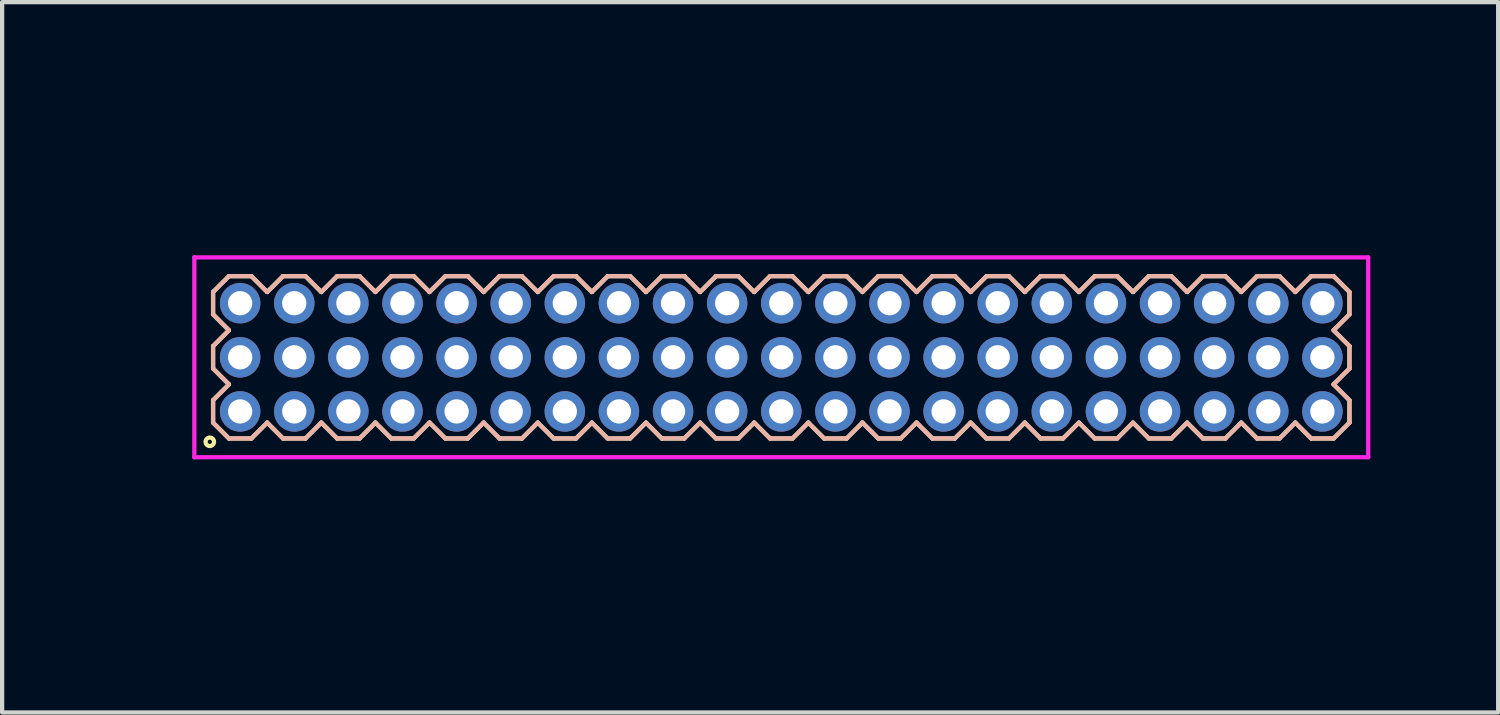
<source format=kicad_pcb>
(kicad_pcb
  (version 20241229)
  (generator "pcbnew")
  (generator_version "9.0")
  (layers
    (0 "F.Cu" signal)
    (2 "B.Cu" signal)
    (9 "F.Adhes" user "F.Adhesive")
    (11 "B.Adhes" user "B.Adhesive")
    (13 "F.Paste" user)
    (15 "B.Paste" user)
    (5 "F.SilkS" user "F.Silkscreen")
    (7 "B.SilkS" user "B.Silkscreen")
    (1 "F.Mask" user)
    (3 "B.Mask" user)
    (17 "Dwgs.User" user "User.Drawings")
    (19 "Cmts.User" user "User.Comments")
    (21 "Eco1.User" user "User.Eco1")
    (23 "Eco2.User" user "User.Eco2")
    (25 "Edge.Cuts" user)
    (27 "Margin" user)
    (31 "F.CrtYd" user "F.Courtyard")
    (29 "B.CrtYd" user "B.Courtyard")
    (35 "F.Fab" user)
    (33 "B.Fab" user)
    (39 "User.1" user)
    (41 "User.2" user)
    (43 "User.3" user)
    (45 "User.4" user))
  (footprint "HDR127P21x3"
    (layer "F.Cu")
    (at 15.286 5.336)
    (property "Reference" "HDR127P21x3" (at -14.525 0 90) (layer "User.1") (effects (font (size 1 1) (thickness 0.1))))
    (attr through_hole)
    (fp_line (start -13.335 -1.533) (end -12.963 -1.905) (stroke (width 0.1) (type solid)) (layer "F.SilkS"))
    (fp_line (start -13.335 -1.007) (end -13.335 -1.533) (stroke (width 0.1) (type solid)) (layer "F.SilkS"))
    (fp_line (start -13.335 -0.263) (end -12.963 -0.635) (stroke (width 0.1) (type solid)) (layer "F.SilkS"))
    (fp_line (start -13.335 0.263) (end -13.335 -0.263) (stroke (width 0.1) (type solid)) (layer "F.SilkS"))
    (fp_line (start -13.335 1.007) (end -12.963 0.635) (stroke (width 0.1) (type solid)) (layer "F.SilkS"))
    (fp_line (start -13.335 1.533) (end -13.335 1.007) (stroke (width 0.1) (type solid)) (layer "F.SilkS"))
    (fp_line (start -12.963 -1.905) (end -12.437 -1.905) (stroke (width 0.1) (type solid)) (layer "F.SilkS"))
    (fp_line (start -12.963 -0.635) (end -13.335 -1.007) (stroke (width 0.1) (type solid)) (layer "F.SilkS"))
    (fp_line (start -12.963 0.635) (end -13.335 0.263) (stroke (width 0.1) (type solid)) (layer "F.SilkS"))
    (fp_line (start -12.963 1.905) (end -13.335 1.533) (stroke (width 0.1) (type solid)) (layer "F.SilkS"))
    (fp_line (start -12.437 -1.905) (end -12.065 -1.533) (stroke (width 0.1) (type solid)) (layer "F.SilkS"))
    (fp_line (start -12.437 1.905) (end -12.963 1.905) (stroke (width 0.1) (type solid)) (layer "F.SilkS"))
    (fp_line (start -12.065 -1.533) (end -11.693 -1.905) (stroke (width 0.1) (type solid)) (layer "F.SilkS"))
    (fp_line (start -12.065 1.533) (end -12.437 1.905) (stroke (width 0.1) (type solid)) (layer "F.SilkS"))
    (fp_line (start -11.693 -1.905) (end -11.167 -1.905) (stroke (width 0.1) (type solid)) (layer "F.SilkS"))
    (fp_line (start -11.693 1.905) (end -12.065 1.533) (stroke (width 0.1) (type solid)) (layer "F.SilkS"))
    (fp_line (start -11.167 -1.905) (end -10.795 -1.533) (stroke (width 0.1) (type solid)) (layer "F.SilkS"))
    (fp_line (start -11.167 1.905) (end -11.693 1.905) (stroke (width 0.1) (type solid)) (layer "F.SilkS"))
    (fp_line (start -10.795 -1.533) (end -10.423 -1.905) (stroke (width 0.1) (type solid)) (layer "F.SilkS"))
    (fp_line (start -10.795 1.533) (end -11.167 1.905) (stroke (width 0.1) (type solid)) (layer "F.SilkS"))
    (fp_line (start -10.423 -1.905) (end -9.897 -1.905) (stroke (width 0.1) (type solid)) (layer "F.SilkS"))
    (fp_line (start -10.423 1.905) (end -10.795 1.533) (stroke (width 0.1) (type solid)) (layer "F.SilkS"))
    (fp_line (start -9.897 -1.905) (end -9.525 -1.533) (stroke (width 0.1) (type solid)) (layer "F.SilkS"))
    (fp_line (start -9.897 1.905) (end -10.423 1.905) (stroke (width 0.1) (type solid)) (layer "F.SilkS"))
    (fp_line (start -9.525 -1.533) (end -9.153 -1.905) (stroke (width 0.1) (type solid)) (layer "F.SilkS"))
    (fp_line (start -9.525 1.533) (end -9.897 1.905) (stroke (width 0.1) (type solid)) (layer "F.SilkS"))
    (fp_line (start -9.153 -1.905) (end -8.627 -1.905) (stroke (width 0.1) (type solid)) (layer "F.SilkS"))
    (fp_line (start -9.153 1.905) (end -9.525 1.533) (stroke (width 0.1) (type solid)) (layer "F.SilkS"))
    (fp_line (start -8.627 -1.905) (end -8.255 -1.533) (stroke (width 0.1) (type solid)) (layer "F.SilkS"))
    (fp_line (start -8.627 1.905) (end -9.153 1.905) (stroke (width 0.1) (type solid)) (layer "F.SilkS"))
    (fp_line (start -8.255 -1.533) (end -7.883 -1.905) (stroke (width 0.1) (type solid)) (layer "F.SilkS"))
    (fp_line (start -8.255 1.533) (end -8.627 1.905) (stroke (width 0.1) (type solid)) (layer "F.SilkS"))
    (fp_line (start -7.883 -1.905) (end -7.357 -1.905) (stroke (width 0.1) (type solid)) (layer "F.SilkS"))
    (fp_line (start -7.883 1.905) (end -8.255 1.533) (stroke (width 0.1) (type solid)) (layer "F.SilkS"))
    (fp_line (start -7.357 -1.905) (end -6.985 -1.533) (stroke (width 0.1) (type solid)) (layer "F.SilkS"))
    (fp_line (start -7.357 1.905) (end -7.883 1.905) (stroke (width 0.1) (type solid)) (layer "F.SilkS"))
    (fp_line (start -6.985 -1.533) (end -6.613 -1.905) (stroke (width 0.1) (type solid)) (layer "F.SilkS"))
    (fp_line (start -6.985 1.533) (end -7.357 1.905) (stroke (width 0.1) (type solid)) (layer "F.SilkS"))
    (fp_line (start -6.613 -1.905) (end -6.087 -1.905) (stroke (width 0.1) (type solid)) (layer "F.SilkS"))
    (fp_line (start -6.613 1.905) (end -6.985 1.533) (stroke (width 0.1) (type solid)) (layer "F.SilkS"))
    (fp_line (start -6.087 -1.905) (end -5.715 -1.533) (stroke (width 0.1) (type solid)) (layer "F.SilkS"))
    (fp_line (start -6.087 1.905) (end -6.613 1.905) (stroke (width 0.1) (type solid)) (layer "F.SilkS"))
    (fp_line (start -5.715 -1.533) (end -5.343 -1.905) (stroke (width 0.1) (type solid)) (layer "F.SilkS"))
    (fp_line (start -5.715 1.533) (end -6.087 1.905) (stroke (width 0.1) (type solid)) (layer "F.SilkS"))
    (fp_line (start -5.343 -1.905) (end -4.817 -1.905) (stroke (width 0.1) (type solid)) (layer "F.SilkS"))
    (fp_line (start -5.343 1.905) (end -5.715 1.533) (stroke (width 0.1) (type solid)) (layer "F.SilkS"))
    (fp_line (start -4.817 -1.905) (end -4.445 -1.533) (stroke (width 0.1) (type solid)) (layer "F.SilkS"))
    (fp_line (start -4.817 1.905) (end -5.343 1.905) (stroke (width 0.1) (type solid)) (layer "F.SilkS"))
    (fp_line (start -4.445 -1.533) (end -4.073 -1.905) (stroke (width 0.1) (type solid)) (layer "F.SilkS"))
    (fp_line (start -4.445 1.533) (end -4.817 1.905) (stroke (width 0.1) (type solid)) (layer "F.SilkS"))
    (fp_line (start -4.073 -1.905) (end -3.547 -1.905) (stroke (width 0.1) (type solid)) (layer "F.SilkS"))
    (fp_line (start -4.073 1.905) (end -4.445 1.533) (stroke (width 0.1) (type solid)) (layer "F.SilkS"))
    (fp_line (start -3.547 -1.905) (end -3.175 -1.533) (stroke (width 0.1) (type solid)) (layer "F.SilkS"))
    (fp_line (start -3.547 1.905) (end -4.073 1.905) (stroke (width 0.1) (type solid)) (layer "F.SilkS"))
    (fp_line (start -3.175 -1.533) (end -2.803 -1.905) (stroke (width 0.1) (type solid)) (layer "F.SilkS"))
    (fp_line (start -3.175 1.533) (end -3.547 1.905) (stroke (width 0.1) (type solid)) (layer "F.SilkS"))
    (fp_line (start -2.803 -1.905) (end -2.277 -1.905) (stroke (width 0.1) (type solid)) (layer "F.SilkS"))
    (fp_line (start -2.803 1.905) (end -3.175 1.533) (stroke (width 0.1) (type solid)) (layer "F.SilkS"))
    (fp_line (start -2.277 -1.905) (end -1.905 -1.533) (stroke (width 0.1) (type solid)) (layer "F.SilkS"))
    (fp_line (start -2.277 1.905) (end -2.803 1.905) (stroke (width 0.1) (type solid)) (layer "F.SilkS"))
    (fp_line (start -1.905 -1.533) (end -1.533 -1.905) (stroke (width 0.1) (type solid)) (layer "F.SilkS"))
    (fp_line (start -1.905 1.533) (end -2.277 1.905) (stroke (width 0.1) (type solid)) (layer "F.SilkS"))
    (fp_line (start -1.533 -1.905) (end -1.007 -1.905) (stroke (width 0.1) (type solid)) (layer "F.SilkS"))
    (fp_line (start -1.533 1.905) (end -1.905 1.533) (stroke (width 0.1) (type solid)) (layer "F.SilkS"))
    (fp_line (start -1.007 -1.905) (end -0.635 -1.533) (stroke (width 0.1) (type solid)) (layer "F.SilkS"))
    (fp_line (start -1.007 1.905) (end -1.533 1.905) (stroke (width 0.1) (type solid)) (layer "F.SilkS"))
    (fp_line (start -0.635 -1.533) (end -0.263 -1.905) (stroke (width 0.1) (type solid)) (layer "F.SilkS"))
    (fp_line (start -0.635 1.533) (end -1.007 1.905) (stroke (width 0.1) (type solid)) (layer "F.SilkS"))
    (fp_line (start -0.263 -1.905) (end 0.263 -1.905) (stroke (width 0.1) (type solid)) (layer "F.SilkS"))
    (fp_line (start -0.263 1.905) (end -0.635 1.533) (stroke (width 0.1) (type solid)) (layer "F.SilkS"))
    (fp_line (start 0.263 -1.905) (end 0.635 -1.533) (stroke (width 0.1) (type solid)) (layer "F.SilkS"))
    (fp_line (start 0.263 1.905) (end -0.263 1.905) (stroke (width 0.1) (type solid)) (layer "F.SilkS"))
    (fp_line (start 0.635 -1.533) (end 1.007 -1.905) (stroke (width 0.1) (type solid)) (layer "F.SilkS"))
    (fp_line (start 0.635 1.533) (end 0.263 1.905) (stroke (width 0.1) (type solid)) (layer "F.SilkS"))
    (fp_line (start 1.007 -1.905) (end 1.533 -1.905) (stroke (width 0.1) (type solid)) (layer "F.SilkS"))
    (fp_line (start 1.007 1.905) (end 0.635 1.533) (stroke (width 0.1) (type solid)) (layer "F.SilkS"))
    (fp_line (start 1.533 -1.905) (end 1.905 -1.533) (stroke (width 0.1) (type solid)) (layer "F.SilkS"))
    (fp_line (start 1.533 1.905) (end 1.007 1.905) (stroke (width 0.1) (type solid)) (layer "F.SilkS"))
    (fp_line (start 1.905 -1.533) (end 2.277 -1.905) (stroke (width 0.1) (type solid)) (layer "F.SilkS"))
    (fp_line (start 1.905 1.533) (end 1.533 1.905) (stroke (width 0.1) (type solid)) (layer "F.SilkS"))
    (fp_line (start 2.277 -1.905) (end 2.803 -1.905) (stroke (width 0.1) (type solid)) (layer "F.SilkS"))
    (fp_line (start 2.277 1.905) (end 1.905 1.533) (stroke (width 0.1) (type solid)) (layer "F.SilkS"))
    (fp_line (start 2.803 -1.905) (end 3.175 -1.533) (stroke (width 0.1) (type solid)) (layer "F.SilkS"))
    (fp_line (start 2.803 1.905) (end 2.277 1.905) (stroke (width 0.1) (type solid)) (layer "F.SilkS"))
    (fp_line (start 3.175 -1.533) (end 3.547 -1.905) (stroke (width 0.1) (type solid)) (layer "F.SilkS"))
    (fp_line (start 3.175 1.533) (end 2.803 1.905) (stroke (width 0.1) (type solid)) (layer "F.SilkS"))
    (fp_line (start 3.547 -1.905) (end 4.073 -1.905) (stroke (width 0.1) (type solid)) (layer "F.SilkS"))
    (fp_line (start 3.547 1.905) (end 3.175 1.533) (stroke (width 0.1) (type solid)) (layer "F.SilkS"))
    (fp_line (start 4.073 -1.905) (end 4.445 -1.533) (stroke (width 0.1) (type solid)) (layer "F.SilkS"))
    (fp_line (start 4.073 1.905) (end 3.547 1.905) (stroke (width 0.1) (type solid)) (layer "F.SilkS"))
    (fp_line (start 4.445 -1.533) (end 4.817 -1.905) (stroke (width 0.1) (type solid)) (layer "F.SilkS"))
    (fp_line (start 4.445 1.533) (end 4.073 1.905) (stroke (width 0.1) (type solid)) (layer "F.SilkS"))
    (fp_line (start 4.817 -1.905) (end 5.343 -1.905) (stroke (width 0.1) (type solid)) (layer "F.SilkS"))
    (fp_line (start 4.817 1.905) (end 4.445 1.533) (stroke (width 0.1) (type solid)) (layer "F.SilkS"))
    (fp_line (start 5.343 -1.905) (end 5.715 -1.533) (stroke (width 0.1) (type solid)) (layer "F.SilkS"))
    (fp_line (start 5.343 1.905) (end 4.817 1.905) (stroke (width 0.1) (type solid)) (layer "F.SilkS"))
    (fp_line (start 5.715 -1.533) (end 6.087 -1.905) (stroke (width 0.1) (type solid)) (layer "F.SilkS"))
    (fp_line (start 5.715 1.533) (end 5.343 1.905) (stroke (width 0.1) (type solid)) (layer "F.SilkS"))
    (fp_line (start 6.087 -1.905) (end 6.613 -1.905) (stroke (width 0.1) (type solid)) (layer "F.SilkS"))
    (fp_line (start 6.087 1.905) (end 5.715 1.533) (stroke (width 0.1) (type solid)) (layer "F.SilkS"))
    (fp_line (start 6.613 -1.905) (end 6.985 -1.533) (stroke (width 0.1) (type solid)) (layer "F.SilkS"))
    (fp_line (start 6.613 1.905) (end 6.087 1.905) (stroke (width 0.1) (type solid)) (layer "F.SilkS"))
    (fp_line (start 6.985 -1.533) (end 7.357 -1.905) (stroke (width 0.1) (type solid)) (layer "F.SilkS"))
    (fp_line (start 6.985 1.533) (end 6.613 1.905) (stroke (width 0.1) (type solid)) (layer "F.SilkS"))
    (fp_line (start 7.357 -1.905) (end 7.883 -1.905) (stroke (width 0.1) (type solid)) (layer "F.SilkS"))
    (fp_line (start 7.357 1.905) (end 6.985 1.533) (stroke (width 0.1) (type solid)) (layer "F.SilkS"))
    (fp_line (start 7.883 -1.905) (end 8.255 -1.533) (stroke (width 0.1) (type solid)) (layer "F.SilkS"))
    (fp_line (start 7.883 1.905) (end 7.357 1.905) (stroke (width 0.1) (type solid)) (layer "F.SilkS"))
    (fp_line (start 8.255 -1.533) (end 8.627 -1.905) (stroke (width 0.1) (type solid)) (layer "F.SilkS"))
    (fp_line (start 8.255 1.533) (end 7.883 1.905) (stroke (width 0.1) (type solid)) (layer "F.SilkS"))
    (fp_line (start 8.627 -1.905) (end 9.153 -1.905) (stroke (width 0.1) (type solid)) (layer "F.SilkS"))
    (fp_line (start 8.627 1.905) (end 8.255 1.533) (stroke (width 0.1) (type solid)) (layer "F.SilkS"))
    (fp_line (start 9.153 -1.905) (end 9.525 -1.533) (stroke (width 0.1) (type solid)) (layer "F.SilkS"))
    (fp_line (start 9.153 1.905) (end 8.627 1.905) (stroke (width 0.1) (type solid)) (layer "F.SilkS"))
    (fp_line (start 9.525 -1.533) (end 9.897 -1.905) (stroke (width 0.1) (type solid)) (layer "F.SilkS"))
    (fp_line (start 9.525 1.533) (end 9.153 1.905) (stroke (width 0.1) (type solid)) (layer "F.SilkS"))
    (fp_line (start 9.897 -1.905) (end 10.423 -1.905) (stroke (width 0.1) (type solid)) (layer "F.SilkS"))
    (fp_line (start 9.897 1.905) (end 9.525 1.533) (stroke (width 0.1) (type solid)) (layer "F.SilkS"))
    (fp_line (start 10.423 -1.905) (end 10.795 -1.533) (stroke (width 0.1) (type solid)) (layer "F.SilkS"))
    (fp_line (start 10.423 1.905) (end 9.897 1.905) (stroke (width 0.1) (type solid)) (layer "F.SilkS"))
    (fp_line (start 10.795 -1.533) (end 11.167 -1.905) (stroke (width 0.1) (type solid)) (layer "F.SilkS"))
    (fp_line (start 10.795 1.533) (end 10.423 1.905) (stroke (width 0.1) (type solid)) (layer "F.SilkS"))
    (fp_line (start 11.167 -1.905) (end 11.693 -1.905) (stroke (width 0.1) (type solid)) (layer "F.SilkS"))
    (fp_line (start 11.167 1.905) (end 10.795 1.533) (stroke (width 0.1) (type solid)) (layer "F.SilkS"))
    (fp_line (start 11.693 -1.905) (end 12.065 -1.533) (stroke (width 0.1) (type solid)) (layer "F.SilkS"))
    (fp_line (start 11.693 1.905) (end 11.167 1.905) (stroke (width 0.1) (type solid)) (layer "F.SilkS"))
    (fp_line (start 12.065 -1.533) (end 12.437 -1.905) (stroke (width 0.1) (type solid)) (layer "F.SilkS"))
    (fp_line (start 12.065 1.533) (end 11.693 1.905) (stroke (width 0.1) (type solid)) (layer "F.SilkS"))
    (fp_line (start 12.437 -1.905) (end 12.963 -1.905) (stroke (width 0.1) (type solid)) (layer "F.SilkS"))
    (fp_line (start 12.437 1.905) (end 12.065 1.533) (stroke (width 0.1) (type solid)) (layer "F.SilkS"))
    (fp_line (start 12.963 -1.905) (end 13.335 -1.533) (stroke (width 0.1) (type solid)) (layer "F.SilkS"))
    (fp_line (start 12.963 -0.635) (end 13.335 -0.263) (stroke (width 0.1) (type solid)) (layer "F.SilkS"))
    (fp_line (start 12.963 0.635) (end 13.335 1.007) (stroke (width 0.1) (type solid)) (layer "F.SilkS"))
    (fp_line (start 12.963 1.905) (end 12.437 1.905) (stroke (width 0.1) (type solid)) (layer "F.SilkS"))
    (fp_line (start 13.335 -1.533) (end 13.335 -1.007) (stroke (width 0.1) (type solid)) (layer "F.SilkS"))
    (fp_line (start 13.335 -1.007) (end 12.963 -0.635) (stroke (width 0.1) (type solid)) (layer "F.SilkS"))
    (fp_line (start 13.335 -0.263) (end 13.335 0.263) (stroke (width 0.1) (type solid)) (layer "F.SilkS"))
    (fp_line (start 13.335 0.263) (end 12.963 0.635) (stroke (width 0.1) (type solid)) (layer "F.SilkS"))
    (fp_line (start 13.335 1.007) (end 13.335 1.533) (stroke (width 0.1) (type solid)) (layer "F.SilkS"))
    (fp_line (start 13.335 1.533) (end 12.963 1.905) (stroke (width 0.1) (type solid)) (layer "F.SilkS"))
    (fp_circle (center -13.412 1.983) (end -13.313 1.983) (stroke (width 0.1) (type solid)) (fill no) (layer "F.SilkS"))
    (fp_line (start -13.335 -1.533) (end -12.963 -1.905) (stroke (width 0.1) (type solid)) (layer "B.SilkS"))
    (fp_line (start -13.335 -1.007) (end -13.335 -1.533) (stroke (width 0.1) (type solid)) (layer "B.SilkS"))
    (fp_line (start -13.335 -0.263) (end -12.963 -0.635) (stroke (width 0.1) (type solid)) (layer "B.SilkS"))
    (fp_line (start -13.335 0.263) (end -13.335 -0.263) (stroke (width 0.1) (type solid)) (layer "B.SilkS"))
    (fp_line (start -13.335 1.007) (end -12.963 0.635) (stroke (width 0.1) (type solid)) (layer "B.SilkS"))
    (fp_line (start -13.335 1.533) (end -13.335 1.007) (stroke (width 0.1) (type solid)) (layer "B.SilkS"))
    (fp_line (start -12.963 -1.905) (end -12.437 -1.905) (stroke (width 0.1) (type solid)) (layer "B.SilkS"))
    (fp_line (start -12.963 -0.635) (end -13.335 -1.007) (stroke (width 0.1) (type solid)) (layer "B.SilkS"))
    (fp_line (start -12.963 0.635) (end -13.335 0.263) (stroke (width 0.1) (type solid)) (layer "B.SilkS"))
    (fp_line (start -12.963 1.905) (end -13.335 1.533) (stroke (width 0.1) (type solid)) (layer "B.SilkS"))
    (fp_line (start -12.437 -1.905) (end -12.065 -1.533) (stroke (width 0.1) (type solid)) (layer "B.SilkS"))
    (fp_line (start -12.437 1.905) (end -12.963 1.905) (stroke (width 0.1) (type solid)) (layer "B.SilkS"))
    (fp_line (start -12.065 -1.533) (end -11.693 -1.905) (stroke (width 0.1) (type solid)) (layer "B.SilkS"))
    (fp_line (start -12.065 1.533) (end -12.437 1.905) (stroke (width 0.1) (type solid)) (layer "B.SilkS"))
    (fp_line (start -11.693 -1.905) (end -11.167 -1.905) (stroke (width 0.1) (type solid)) (layer "B.SilkS"))
    (fp_line (start -11.693 1.905) (end -12.065 1.533) (stroke (width 0.1) (type solid)) (layer "B.SilkS"))
    (fp_line (start -11.167 -1.905) (end -10.795 -1.533) (stroke (width 0.1) (type solid)) (layer "B.SilkS"))
    (fp_line (start -11.167 1.905) (end -11.693 1.905) (stroke (width 0.1) (type solid)) (layer "B.SilkS"))
    (fp_line (start -10.795 -1.533) (end -10.423 -1.905) (stroke (width 0.1) (type solid)) (layer "B.SilkS"))
    (fp_line (start -10.795 1.533) (end -11.167 1.905) (stroke (width 0.1) (type solid)) (layer "B.SilkS"))
    (fp_line (start -10.423 -1.905) (end -9.897 -1.905) (stroke (width 0.1) (type solid)) (layer "B.SilkS"))
    (fp_line (start -10.423 1.905) (end -10.795 1.533) (stroke (width 0.1) (type solid)) (layer "B.SilkS"))
    (fp_line (start -9.897 -1.905) (end -9.525 -1.533) (stroke (width 0.1) (type solid)) (layer "B.SilkS"))
    (fp_line (start -9.897 1.905) (end -10.423 1.905) (stroke (width 0.1) (type solid)) (layer "B.SilkS"))
    (fp_line (start -9.525 -1.533) (end -9.153 -1.905) (stroke (width 0.1) (type solid)) (layer "B.SilkS"))
    (fp_line (start -9.525 1.533) (end -9.897 1.905) (stroke (width 0.1) (type solid)) (layer "B.SilkS"))
    (fp_line (start -9.153 -1.905) (end -8.627 -1.905) (stroke (width 0.1) (type solid)) (layer "B.SilkS"))
    (fp_line (start -9.153 1.905) (end -9.525 1.533) (stroke (width 0.1) (type solid)) (layer "B.SilkS"))
    (fp_line (start -8.627 -1.905) (end -8.255 -1.533) (stroke (width 0.1) (type solid)) (layer "B.SilkS"))
    (fp_line (start -8.627 1.905) (end -9.153 1.905) (stroke (width 0.1) (type solid)) (layer "B.SilkS"))
    (fp_line (start -8.255 -1.533) (end -7.883 -1.905) (stroke (width 0.1) (type solid)) (layer "B.SilkS"))
    (fp_line (start -8.255 1.533) (end -8.627 1.905) (stroke (width 0.1) (type solid)) (layer "B.SilkS"))
    (fp_line (start -7.883 -1.905) (end -7.357 -1.905) (stroke (width 0.1) (type solid)) (layer "B.SilkS"))
    (fp_line (start -7.883 1.905) (end -8.255 1.533) (stroke (width 0.1) (type solid)) (layer "B.SilkS"))
    (fp_line (start -7.357 -1.905) (end -6.985 -1.533) (stroke (width 0.1) (type solid)) (layer "B.SilkS"))
    (fp_line (start -7.357 1.905) (end -7.883 1.905) (stroke (width 0.1) (type solid)) (layer "B.SilkS"))
    (fp_line (start -6.985 -1.533) (end -6.613 -1.905) (stroke (width 0.1) (type solid)) (layer "B.SilkS"))
    (fp_line (start -6.985 1.533) (end -7.357 1.905) (stroke (width 0.1) (type solid)) (layer "B.SilkS"))
    (fp_line (start -6.613 -1.905) (end -6.087 -1.905) (stroke (width 0.1) (type solid)) (layer "B.SilkS"))
    (fp_line (start -6.613 1.905) (end -6.985 1.533) (stroke (width 0.1) (type solid)) (layer "B.SilkS"))
    (fp_line (start -6.087 -1.905) (end -5.715 -1.533) (stroke (width 0.1) (type solid)) (layer "B.SilkS"))
    (fp_line (start -6.087 1.905) (end -6.613 1.905) (stroke (width 0.1) (type solid)) (layer "B.SilkS"))
    (fp_line (start -5.715 -1.533) (end -5.343 -1.905) (stroke (width 0.1) (type solid)) (layer "B.SilkS"))
    (fp_line (start -5.715 1.533) (end -6.087 1.905) (stroke (width 0.1) (type solid)) (layer "B.SilkS"))
    (fp_line (start -5.343 -1.905) (end -4.817 -1.905) (stroke (width 0.1) (type solid)) (layer "B.SilkS"))
    (fp_line (start -5.343 1.905) (end -5.715 1.533) (stroke (width 0.1) (type solid)) (layer "B.SilkS"))
    (fp_line (start -4.817 -1.905) (end -4.445 -1.533) (stroke (width 0.1) (type solid)) (layer "B.SilkS"))
    (fp_line (start -4.817 1.905) (end -5.343 1.905) (stroke (width 0.1) (type solid)) (layer "B.SilkS"))
    (fp_line (start -4.445 -1.533) (end -4.073 -1.905) (stroke (width 0.1) (type solid)) (layer "B.SilkS"))
    (fp_line (start -4.445 1.533) (end -4.817 1.905) (stroke (width 0.1) (type solid)) (layer "B.SilkS"))
    (fp_line (start -4.073 -1.905) (end -3.547 -1.905) (stroke (width 0.1) (type solid)) (layer "B.SilkS"))
    (fp_line (start -4.073 1.905) (end -4.445 1.533) (stroke (width 0.1) (type solid)) (layer "B.SilkS"))
    (fp_line (start -3.547 -1.905) (end -3.175 -1.533) (stroke (width 0.1) (type solid)) (layer "B.SilkS"))
    (fp_line (start -3.547 1.905) (end -4.073 1.905) (stroke (width 0.1) (type solid)) (layer "B.SilkS"))
    (fp_line (start -3.175 -1.533) (end -2.803 -1.905) (stroke (width 0.1) (type solid)) (layer "B.SilkS"))
    (fp_line (start -3.175 1.533) (end -3.547 1.905) (stroke (width 0.1) (type solid)) (layer "B.SilkS"))
    (fp_line (start -2.803 -1.905) (end -2.277 -1.905) (stroke (width 0.1) (type solid)) (layer "B.SilkS"))
    (fp_line (start -2.803 1.905) (end -3.175 1.533) (stroke (width 0.1) (type solid)) (layer "B.SilkS"))
    (fp_line (start -2.277 -1.905) (end -1.905 -1.533) (stroke (width 0.1) (type solid)) (layer "B.SilkS"))
    (fp_line (start -2.277 1.905) (end -2.803 1.905) (stroke (width 0.1) (type solid)) (layer "B.SilkS"))
    (fp_line (start -1.905 -1.533) (end -1.533 -1.905) (stroke (width 0.1) (type solid)) (layer "B.SilkS"))
    (fp_line (start -1.905 1.533) (end -2.277 1.905) (stroke (width 0.1) (type solid)) (layer "B.SilkS"))
    (fp_line (start -1.533 -1.905) (end -1.007 -1.905) (stroke (width 0.1) (type solid)) (layer "B.SilkS"))
    (fp_line (start -1.533 1.905) (end -1.905 1.533) (stroke (width 0.1) (type solid)) (layer "B.SilkS"))
    (fp_line (start -1.007 -1.905) (end -0.635 -1.533) (stroke (width 0.1) (type solid)) (layer "B.SilkS"))
    (fp_line (start -1.007 1.905) (end -1.533 1.905) (stroke (width 0.1) (type solid)) (layer "B.SilkS"))
    (fp_line (start -0.635 -1.533) (end -0.263 -1.905) (stroke (width 0.1) (type solid)) (layer "B.SilkS"))
    (fp_line (start -0.635 1.533) (end -1.007 1.905) (stroke (width 0.1) (type solid)) (layer "B.SilkS"))
    (fp_line (start -0.263 -1.905) (end 0.263 -1.905) (stroke (width 0.1) (type solid)) (layer "B.SilkS"))
    (fp_line (start -0.263 1.905) (end -0.635 1.533) (stroke (width 0.1) (type solid)) (layer "B.SilkS"))
    (fp_line (start 0.263 -1.905) (end 0.635 -1.533) (stroke (width 0.1) (type solid)) (layer "B.SilkS"))
    (fp_line (start 0.263 1.905) (end -0.263 1.905) (stroke (width 0.1) (type solid)) (layer "B.SilkS"))
    (fp_line (start 0.635 -1.533) (end 1.007 -1.905) (stroke (width 0.1) (type solid)) (layer "B.SilkS"))
    (fp_line (start 0.635 1.533) (end 0.263 1.905) (stroke (width 0.1) (type solid)) (layer "B.SilkS"))
    (fp_line (start 1.007 -1.905) (end 1.533 -1.905) (stroke (width 0.1) (type solid)) (layer "B.SilkS"))
    (fp_line (start 1.007 1.905) (end 0.635 1.533) (stroke (width 0.1) (type solid)) (layer "B.SilkS"))
    (fp_line (start 1.533 -1.905) (end 1.905 -1.533) (stroke (width 0.1) (type solid)) (layer "B.SilkS"))
    (fp_line (start 1.533 1.905) (end 1.007 1.905) (stroke (width 0.1) (type solid)) (layer "B.SilkS"))
    (fp_line (start 1.905 -1.533) (end 2.277 -1.905) (stroke (width 0.1) (type solid)) (layer "B.SilkS"))
    (fp_line (start 1.905 1.533) (end 1.533 1.905) (stroke (width 0.1) (type solid)) (layer "B.SilkS"))
    (fp_line (start 2.277 -1.905) (end 2.803 -1.905) (stroke (width 0.1) (type solid)) (layer "B.SilkS"))
    (fp_line (start 2.277 1.905) (end 1.905 1.533) (stroke (width 0.1) (type solid)) (layer "B.SilkS"))
    (fp_line (start 2.803 -1.905) (end 3.175 -1.533) (stroke (width 0.1) (type solid)) (layer "B.SilkS"))
    (fp_line (start 2.803 1.905) (end 2.277 1.905) (stroke (width 0.1) (type solid)) (layer "B.SilkS"))
    (fp_line (start 3.175 -1.533) (end 3.547 -1.905) (stroke (width 0.1) (type solid)) (layer "B.SilkS"))
    (fp_line (start 3.175 1.533) (end 2.803 1.905) (stroke (width 0.1) (type solid)) (layer "B.SilkS"))
    (fp_line (start 3.547 -1.905) (end 4.073 -1.905) (stroke (width 0.1) (type solid)) (layer "B.SilkS"))
    (fp_line (start 3.547 1.905) (end 3.175 1.533) (stroke (width 0.1) (type solid)) (layer "B.SilkS"))
    (fp_line (start 4.073 -1.905) (end 4.445 -1.533) (stroke (width 0.1) (type solid)) (layer "B.SilkS"))
    (fp_line (start 4.073 1.905) (end 3.547 1.905) (stroke (width 0.1) (type solid)) (layer "B.SilkS"))
    (fp_line (start 4.445 -1.533) (end 4.817 -1.905) (stroke (width 0.1) (type solid)) (layer "B.SilkS"))
    (fp_line (start 4.445 1.533) (end 4.073 1.905) (stroke (width 0.1) (type solid)) (layer "B.SilkS"))
    (fp_line (start 4.817 -1.905) (end 5.343 -1.905) (stroke (width 0.1) (type solid)) (layer "B.SilkS"))
    (fp_line (start 4.817 1.905) (end 4.445 1.533) (stroke (width 0.1) (type solid)) (layer "B.SilkS"))
    (fp_line (start 5.343 -1.905) (end 5.715 -1.533) (stroke (width 0.1) (type solid)) (layer "B.SilkS"))
    (fp_line (start 5.343 1.905) (end 4.817 1.905) (stroke (width 0.1) (type solid)) (layer "B.SilkS"))
    (fp_line (start 5.715 -1.533) (end 6.087 -1.905) (stroke (width 0.1) (type solid)) (layer "B.SilkS"))
    (fp_line (start 5.715 1.533) (end 5.343 1.905) (stroke (width 0.1) (type solid)) (layer "B.SilkS"))
    (fp_line (start 6.087 -1.905) (end 6.613 -1.905) (stroke (width 0.1) (type solid)) (layer "B.SilkS"))
    (fp_line (start 6.087 1.905) (end 5.715 1.533) (stroke (width 0.1) (type solid)) (layer "B.SilkS"))
    (fp_line (start 6.613 -1.905) (end 6.985 -1.533) (stroke (width 0.1) (type solid)) (layer "B.SilkS"))
    (fp_line (start 6.613 1.905) (end 6.087 1.905) (stroke (width 0.1) (type solid)) (layer "B.SilkS"))
    (fp_line (start 6.985 -1.533) (end 7.357 -1.905) (stroke (width 0.1) (type solid)) (layer "B.SilkS"))
    (fp_line (start 6.985 1.533) (end 6.613 1.905) (stroke (width 0.1) (type solid)) (layer "B.SilkS"))
    (fp_line (start 7.357 -1.905) (end 7.883 -1.905) (stroke (width 0.1) (type solid)) (layer "B.SilkS"))
    (fp_line (start 7.357 1.905) (end 6.985 1.533) (stroke (width 0.1) (type solid)) (layer "B.SilkS"))
    (fp_line (start 7.883 -1.905) (end 8.255 -1.533) (stroke (width 0.1) (type solid)) (layer "B.SilkS"))
    (fp_line (start 7.883 1.905) (end 7.357 1.905) (stroke (width 0.1) (type solid)) (layer "B.SilkS"))
    (fp_line (start 8.255 -1.533) (end 8.627 -1.905) (stroke (width 0.1) (type solid)) (layer "B.SilkS"))
    (fp_line (start 8.255 1.533) (end 7.883 1.905) (stroke (width 0.1) (type solid)) (layer "B.SilkS"))
    (fp_line (start 8.627 -1.905) (end 9.153 -1.905) (stroke (width 0.1) (type solid)) (layer "B.SilkS"))
    (fp_line (start 8.627 1.905) (end 8.255 1.533) (stroke (width 0.1) (type solid)) (layer "B.SilkS"))
    (fp_line (start 9.153 -1.905) (end 9.525 -1.533) (stroke (width 0.1) (type solid)) (layer "B.SilkS"))
    (fp_line (start 9.153 1.905) (end 8.627 1.905) (stroke (width 0.1) (type solid)) (layer "B.SilkS"))
    (fp_line (start 9.525 -1.533) (end 9.897 -1.905) (stroke (width 0.1) (type solid)) (layer "B.SilkS"))
    (fp_line (start 9.525 1.533) (end 9.153 1.905) (stroke (width 0.1) (type solid)) (layer "B.SilkS"))
    (fp_line (start 9.897 -1.905) (end 10.423 -1.905) (stroke (width 0.1) (type solid)) (layer "B.SilkS"))
    (fp_line (start 9.897 1.905) (end 9.525 1.533) (stroke (width 0.1) (type solid)) (layer "B.SilkS"))
    (fp_line (start 10.423 -1.905) (end 10.795 -1.533) (stroke (width 0.1) (type solid)) (layer "B.SilkS"))
    (fp_line (start 10.423 1.905) (end 9.897 1.905) (stroke (width 0.1) (type solid)) (layer "B.SilkS"))
    (fp_line (start 10.795 -1.533) (end 11.167 -1.905) (stroke (width 0.1) (type solid)) (layer "B.SilkS"))
    (fp_line (start 10.795 1.533) (end 10.423 1.905) (stroke (width 0.1) (type solid)) (layer "B.SilkS"))
    (fp_line (start 11.167 -1.905) (end 11.693 -1.905) (stroke (width 0.1) (type solid)) (layer "B.SilkS"))
    (fp_line (start 11.167 1.905) (end 10.795 1.533) (stroke (width 0.1) (type solid)) (layer "B.SilkS"))
    (fp_line (start 11.693 -1.905) (end 12.065 -1.533) (stroke (width 0.1) (type solid)) (layer "B.SilkS"))
    (fp_line (start 11.693 1.905) (end 11.167 1.905) (stroke (width 0.1) (type solid)) (layer "B.SilkS"))
    (fp_line (start 12.065 -1.533) (end 12.437 -1.905) (stroke (width 0.1) (type solid)) (layer "B.SilkS"))
    (fp_line (start 12.065 1.533) (end 11.693 1.905) (stroke (width 0.1) (type solid)) (layer "B.SilkS"))
    (fp_line (start 12.437 -1.905) (end 12.963 -1.905) (stroke (width 0.1) (type solid)) (layer "B.SilkS"))
    (fp_line (start 12.437 1.905) (end 12.065 1.533) (stroke (width 0.1) (type solid)) (layer "B.SilkS"))
    (fp_line (start 12.963 -1.905) (end 13.335 -1.533) (stroke (width 0.1) (type solid)) (layer "B.SilkS"))
    (fp_line (start 12.963 -0.635) (end 13.335 -0.263) (stroke (width 0.1) (type solid)) (layer "B.SilkS"))
    (fp_line (start 12.963 0.635) (end 13.335 1.007) (stroke (width 0.1) (type solid)) (layer "B.SilkS"))
    (fp_line (start 12.963 1.905) (end 12.437 1.905) (stroke (width 0.1) (type solid)) (layer "B.SilkS"))
    (fp_line (start 13.335 -1.533) (end 13.335 -1.007) (stroke (width 0.1) (type solid)) (layer "B.SilkS"))
    (fp_line (start 13.335 -1.007) (end 12.963 -0.635) (stroke (width 0.1) (type solid)) (layer "B.SilkS"))
    (fp_line (start 13.335 -0.263) (end 13.335 0.263) (stroke (width 0.1) (type solid)) (layer "B.SilkS"))
    (fp_line (start 13.335 0.263) (end 12.963 0.635) (stroke (width 0.1) (type solid)) (layer "B.SilkS"))
    (fp_line (start 13.335 1.007) (end 13.335 1.533) (stroke (width 0.1) (type solid)) (layer "B.SilkS"))
    (fp_line (start 13.335 1.533) (end 12.963 1.905) (stroke (width 0.1) (type solid)) (layer "B.SilkS"))
    (fp_line (start -13.775 -2.345) (end -13.775 2.345) (stroke (width 0.1) (type solid)) (layer "F.CrtYd"))
    (fp_line (start -13.775 2.345) (end 13.775 2.345) (stroke (width 0.1) (type solid)) (layer "F.CrtYd"))
    (fp_line (start 13.775 -2.345) (end -13.775 -2.345) (stroke (width 0.1) (type solid)) (layer "F.CrtYd"))
    (fp_line (start 13.775 2.345) (end 13.775 -2.345) (stroke (width 0.1) (type solid)) (layer "F.CrtYd"))
    (pad "1" thru_hole oval (at -12.7 1.27) (size 0.95 0.95) (drill 0.57) (layers "*.Cu" "*.Mask"))
    (pad "2" thru_hole oval (at -12.7 0) (size 0.95 0.95) (drill 0.57) (layers "*.Cu" "*.Mask"))
    (pad "3" thru_hole oval (at -12.7 -1.27) (size 0.95 0.95) (drill 0.57) (layers "*.Cu" "*.Mask"))
    (pad "4" thru_hole oval (at -11.43 1.27) (size 0.95 0.95) (drill 0.57) (layers "*.Cu" "*.Mask"))
    (pad "5" thru_hole oval (at -11.43 0) (size 0.95 0.95) (drill 0.57) (layers "*.Cu" "*.Mask"))
    (pad "6" thru_hole oval (at -11.43 -1.27) (size 0.95 0.95) (drill 0.57) (layers "*.Cu" "*.Mask"))
    (pad "7" thru_hole oval (at -10.16 1.27) (size 0.95 0.95) (drill 0.57) (layers "*.Cu" "*.Mask"))
    (pad "8" thru_hole oval (at -10.16 0) (size 0.95 0.95) (drill 0.57) (layers "*.Cu" "*.Mask"))
    (pad "9" thru_hole oval (at -10.16 -1.27) (size 0.95 0.95) (drill 0.57) (layers "*.Cu" "*.Mask"))
    (pad "10" thru_hole oval (at -8.89 1.27) (size 0.95 0.95) (drill 0.57) (layers "*.Cu" "*.Mask"))
    (pad "11" thru_hole oval (at -8.89 0) (size 0.95 0.95) (drill 0.57) (layers "*.Cu" "*.Mask"))
    (pad "12" thru_hole oval (at -8.89 -1.27) (size 0.95 0.95) (drill 0.57) (layers "*.Cu" "*.Mask"))
    (pad "13" thru_hole oval (at -7.62 1.27) (size 0.95 0.95) (drill 0.57) (layers "*.Cu" "*.Mask"))
    (pad "14" thru_hole oval (at -7.62 0) (size 0.95 0.95) (drill 0.57) (layers "*.Cu" "*.Mask"))
    (pad "15" thru_hole oval (at -7.62 -1.27) (size 0.95 0.95) (drill 0.57) (layers "*.Cu" "*.Mask"))
    (pad "16" thru_hole oval (at -6.35 1.27) (size 0.95 0.95) (drill 0.57) (layers "*.Cu" "*.Mask"))
    (pad "17" thru_hole oval (at -6.35 0) (size 0.95 0.95) (drill 0.57) (layers "*.Cu" "*.Mask"))
    (pad "18" thru_hole oval (at -6.35 -1.27) (size 0.95 0.95) (drill 0.57) (layers "*.Cu" "*.Mask"))
    (pad "19" thru_hole oval (at -5.08 1.27) (size 0.95 0.95) (drill 0.57) (layers "*.Cu" "*.Mask"))
    (pad "20" thru_hole oval (at -5.08 0) (size 0.95 0.95) (drill 0.57) (layers "*.Cu" "*.Mask"))
    (pad "21" thru_hole oval (at -5.08 -1.27) (size 0.95 0.95) (drill 0.57) (layers "*.Cu" "*.Mask"))
    (pad "22" thru_hole oval (at -3.81 1.27) (size 0.95 0.95) (drill 0.57) (layers "*.Cu" "*.Mask"))
    (pad "23" thru_hole oval (at -3.81 0) (size 0.95 0.95) (drill 0.57) (layers "*.Cu" "*.Mask"))
    (pad "24" thru_hole oval (at -3.81 -1.27) (size 0.95 0.95) (drill 0.57) (layers "*.Cu" "*.Mask"))
    (pad "25" thru_hole oval (at -2.54 1.27) (size 0.95 0.95) (drill 0.57) (layers "*.Cu" "*.Mask"))
    (pad "26" thru_hole oval (at -2.54 0) (size 0.95 0.95) (drill 0.57) (layers "*.Cu" "*.Mask"))
    (pad "27" thru_hole oval (at -2.54 -1.27) (size 0.95 0.95) (drill 0.57) (layers "*.Cu" "*.Mask"))
    (pad "28" thru_hole oval (at -1.27 1.27) (size 0.95 0.95) (drill 0.57) (layers "*.Cu" "*.Mask"))
    (pad "29" thru_hole oval (at -1.27 0) (size 0.95 0.95) (drill 0.57) (layers "*.Cu" "*.Mask"))
    (pad "30" thru_hole oval (at -1.27 -1.27) (size 0.95 0.95) (drill 0.57) (layers "*.Cu" "*.Mask"))
    (pad "31" thru_hole oval (at 0 1.27) (size 0.95 0.95) (drill 0.57) (layers "*.Cu" "*.Mask"))
    (pad "32" thru_hole oval (at 0 0) (size 0.95 0.95) (drill 0.57) (layers "*.Cu" "*.Mask"))
    (pad "33" thru_hole oval (at 0 -1.27) (size 0.95 0.95) (drill 0.57) (layers "*.Cu" "*.Mask"))
    (pad "34" thru_hole oval (at 1.27 1.27) (size 0.95 0.95) (drill 0.57) (layers "*.Cu" "*.Mask"))
    (pad "35" thru_hole oval (at 1.27 0) (size 0.95 0.95) (drill 0.57) (layers "*.Cu" "*.Mask"))
    (pad "36" thru_hole oval (at 1.27 -1.27) (size 0.95 0.95) (drill 0.57) (layers "*.Cu" "*.Mask"))
    (pad "37" thru_hole oval (at 2.54 1.27) (size 0.95 0.95) (drill 0.57) (layers "*.Cu" "*.Mask"))
    (pad "38" thru_hole oval (at 2.54 0) (size 0.95 0.95) (drill 0.57) (layers "*.Cu" "*.Mask"))
    (pad "39" thru_hole oval (at 2.54 -1.27) (size 0.95 0.95) (drill 0.57) (layers "*.Cu" "*.Mask"))
    (pad "40" thru_hole oval (at 3.81 1.27) (size 0.95 0.95) (drill 0.57) (layers "*.Cu" "*.Mask"))
    (pad "41" thru_hole oval (at 3.81 0) (size 0.95 0.95) (drill 0.57) (layers "*.Cu" "*.Mask"))
    (pad "42" thru_hole oval (at 3.81 -1.27) (size 0.95 0.95) (drill 0.57) (layers "*.Cu" "*.Mask"))
    (pad "43" thru_hole oval (at 5.08 1.27) (size 0.95 0.95) (drill 0.57) (layers "*.Cu" "*.Mask"))
    (pad "44" thru_hole oval (at 5.08 0) (size 0.95 0.95) (drill 0.57) (layers "*.Cu" "*.Mask"))
    (pad "45" thru_hole oval (at 5.08 -1.27) (size 0.95 0.95) (drill 0.57) (layers "*.Cu" "*.Mask"))
    (pad "46" thru_hole oval (at 6.35 1.27) (size 0.95 0.95) (drill 0.57) (layers "*.Cu" "*.Mask"))
    (pad "47" thru_hole oval (at 6.35 0) (size 0.95 0.95) (drill 0.57) (layers "*.Cu" "*.Mask"))
    (pad "48" thru_hole oval (at 6.35 -1.27) (size 0.95 0.95) (drill 0.57) (layers "*.Cu" "*.Mask"))
    (pad "49" thru_hole oval (at 7.62 1.27) (size 0.95 0.95) (drill 0.57) (layers "*.Cu" "*.Mask"))
    (pad "50" thru_hole oval (at 7.62 0) (size 0.95 0.95) (drill 0.57) (layers "*.Cu" "*.Mask"))
    (pad "51" thru_hole oval (at 7.62 -1.27) (size 0.95 0.95) (drill 0.57) (layers "*.Cu" "*.Mask"))
    (pad "52" thru_hole oval (at 8.89 1.27) (size 0.95 0.95) (drill 0.57) (layers "*.Cu" "*.Mask"))
    (pad "53" thru_hole oval (at 8.89 0) (size 0.95 0.95) (drill 0.57) (layers "*.Cu" "*.Mask"))
    (pad "54" thru_hole oval (at 8.89 -1.27) (size 0.95 0.95) (drill 0.57) (layers "*.Cu" "*.Mask"))
    (pad "55" thru_hole oval (at 10.16 1.27) (size 0.95 0.95) (drill 0.57) (layers "*.Cu" "*.Mask"))
    (pad "56" thru_hole oval (at 10.16 0) (size 0.95 0.95) (drill 0.57) (layers "*.Cu" "*.Mask"))
    (pad "57" thru_hole oval (at 10.16 -1.27) (size 0.95 0.95) (drill 0.57) (layers "*.Cu" "*.Mask"))
    (pad "58" thru_hole oval (at 11.43 1.27) (size 0.95 0.95) (drill 0.57) (layers "*.Cu" "*.Mask"))
    (pad "59" thru_hole oval (at 11.43 0) (size 0.95 0.95) (drill 0.57) (layers "*.Cu" "*.Mask"))
    (pad "60" thru_hole oval (at 11.43 -1.27) (size 0.95 0.95) (drill 0.57) (layers "*.Cu" "*.Mask"))
    (pad "61" thru_hole oval (at 12.7 1.27) (size 0.95 0.95) (drill 0.57) (layers "*.Cu" "*.Mask"))
    (pad "62" thru_hole oval (at 12.7 0) (size 0.95 0.95) (drill 0.57) (layers "*.Cu" "*.Mask"))
    (pad "63" thru_hole oval (at 12.7 -1.27) (size 0.95 0.95) (drill 0.57) (layers "*.Cu" "*.Mask")))
  (gr_rect
    (start -3 -3)
    (end 32.111 13.671)
    (stroke (width 0.1) (type default))
    (fill no)
    (layer "Edge.Cuts")))
</source>
